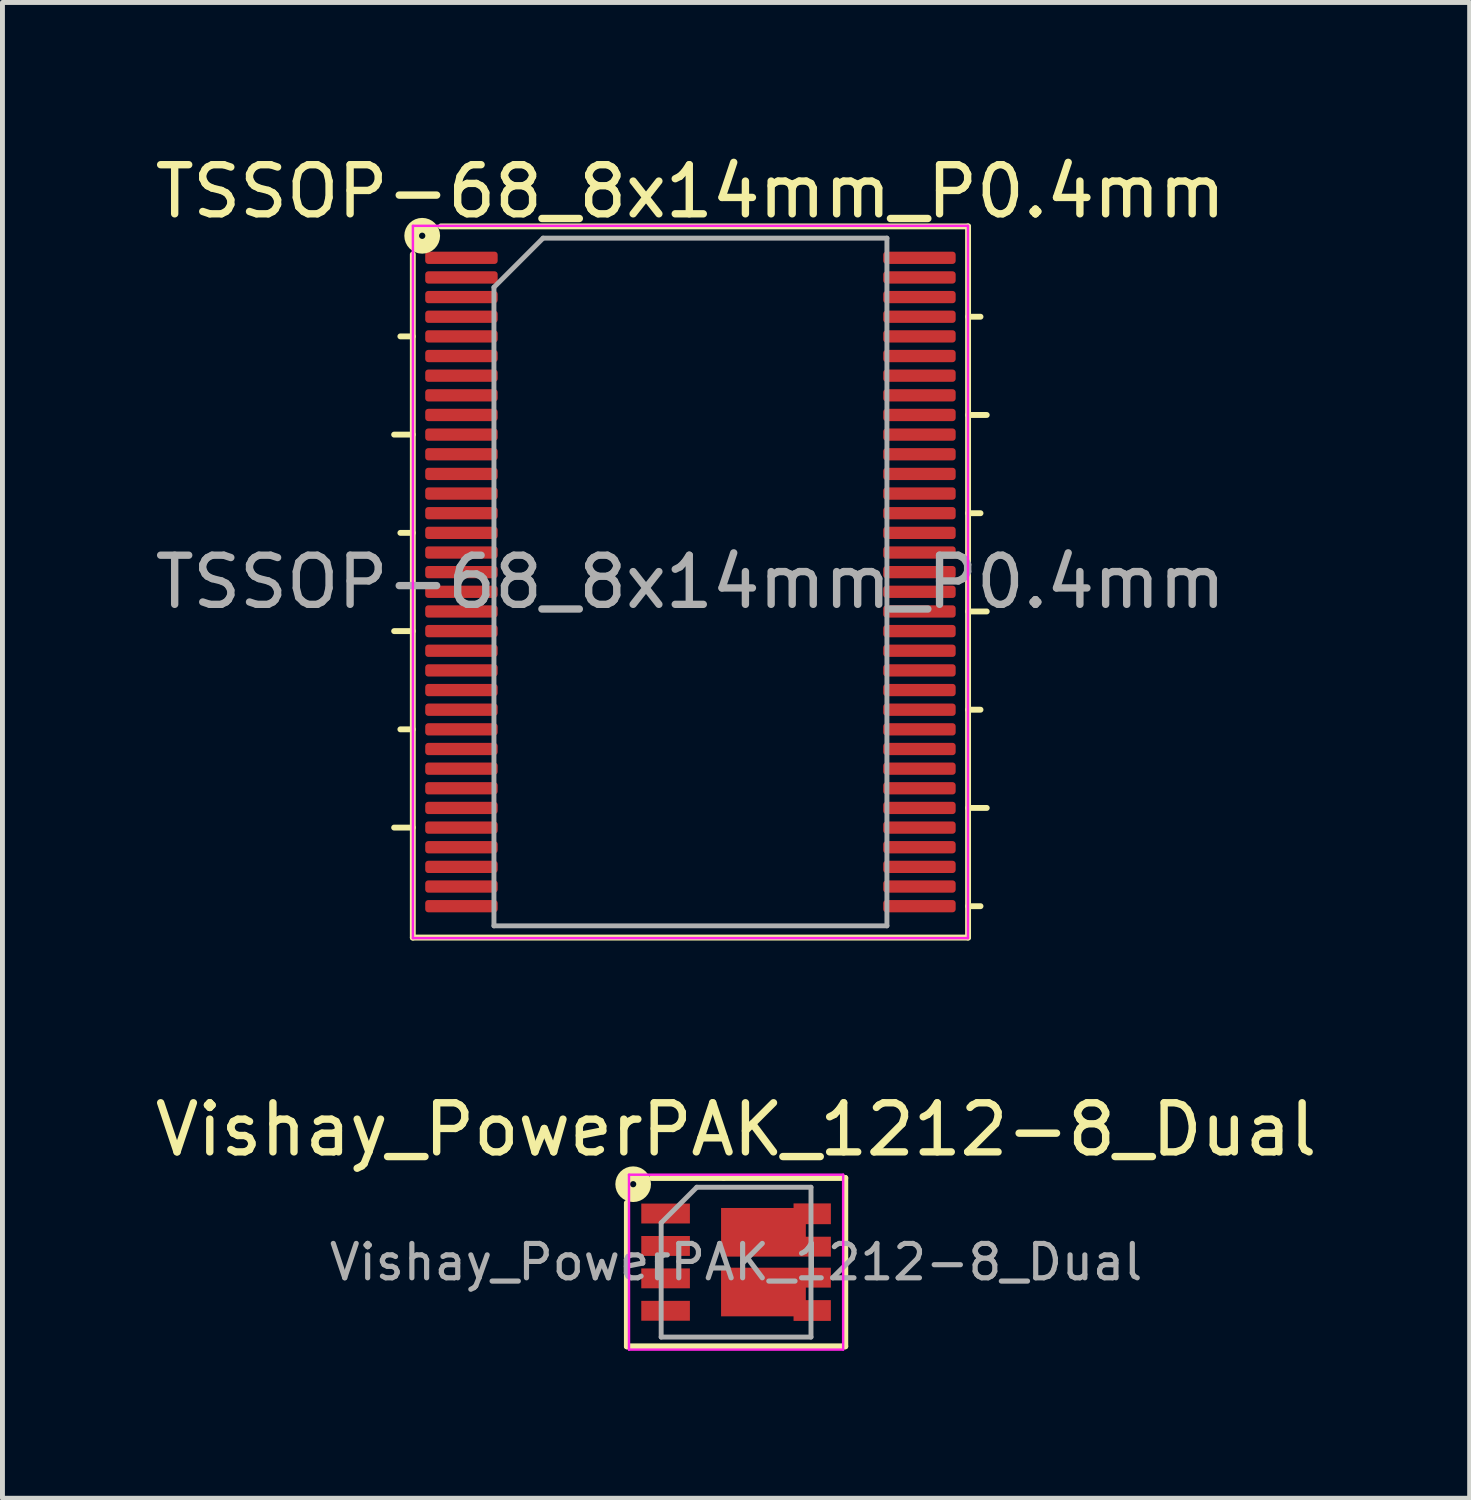
<source format=kicad_pcb>
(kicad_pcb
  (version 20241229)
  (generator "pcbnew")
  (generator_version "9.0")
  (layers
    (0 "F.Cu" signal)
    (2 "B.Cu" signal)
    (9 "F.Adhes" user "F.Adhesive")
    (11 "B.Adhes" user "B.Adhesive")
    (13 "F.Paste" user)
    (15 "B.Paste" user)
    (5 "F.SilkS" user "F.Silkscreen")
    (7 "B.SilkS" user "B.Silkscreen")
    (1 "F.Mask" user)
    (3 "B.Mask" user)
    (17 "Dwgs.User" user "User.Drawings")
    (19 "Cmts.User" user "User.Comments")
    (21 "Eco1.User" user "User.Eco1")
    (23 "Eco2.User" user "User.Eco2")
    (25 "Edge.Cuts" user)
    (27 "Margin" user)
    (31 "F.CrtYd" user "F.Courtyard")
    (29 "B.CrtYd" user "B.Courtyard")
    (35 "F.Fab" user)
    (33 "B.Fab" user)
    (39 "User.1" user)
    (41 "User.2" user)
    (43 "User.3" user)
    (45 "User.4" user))
  (footprint "TSSOP-68_8x14mm_P0.4mm"
    (layer "F.Cu")
    (at 11.006 8.798)
    (property "Reference" "TSSOP-68_8x14mm_P0.4mm" (at 0 -7.95 0) (layer "F.SilkS") (effects (font (size 1 1) (thickness 0.15))))
    (attr smd)
    (fp_line (start -6.032 -3) (end -5.652 -3) (stroke (width 0.12) (type solid)) (layer "F.SilkS"))
    (fp_line (start -6.032 1) (end -5.652 1) (stroke (width 0.12) (type solid)) (layer "F.SilkS"))
    (fp_line (start -5.905 -5) (end -5.652 -5) (stroke (width 0.12) (type solid)) (layer "F.SilkS"))
    (fp_line (start -5.905 -1) (end -5.652 -1) (stroke (width 0.12) (type solid)) (layer "F.SilkS"))
    (fp_line (start -5.652 -6.668) (end -5.652 7.239) (stroke (width 0.12) (type solid)) (layer "F.SilkS"))
    (fp_line (start -5.652 3) (end -5.905 3) (stroke (width 0.12) (type solid)) (layer "F.SilkS"))
    (fp_line (start -5.652 5) (end -6.032 5) (stroke (width 0.12) (type solid)) (layer "F.SilkS"))
    (fp_line (start -5.652 7.239) (end 5.652 7.239) (stroke (width 0.12) (type solid)) (layer "F.SilkS"))
    (fp_line (start 5.652 -7.239) (end -5.08 -7.239) (stroke (width 0.12) (type solid)) (layer "F.SilkS"))
    (fp_line (start 5.652 7.239) (end 5.652 -7.239) (stroke (width 0.12) (type solid)) (layer "F.SilkS"))
    (fp_line (start 5.905 -5.4) (end 5.652 -5.4) (stroke (width 0.12) (type solid)) (layer "F.SilkS"))
    (fp_line (start 5.905 -1.4) (end 5.652 -1.4) (stroke (width 0.12) (type solid)) (layer "F.SilkS"))
    (fp_line (start 5.905 2.6) (end 5.652 2.6) (stroke (width 0.12) (type solid)) (layer "F.SilkS"))
    (fp_line (start 5.905 6.6) (end 5.652 6.6) (stroke (width 0.12) (type solid)) (layer "F.SilkS"))
    (fp_line (start 6.032 -3.4) (end 5.652 -3.4) (stroke (width 0.12) (type solid)) (layer "F.SilkS"))
    (fp_line (start 6.032 0.6) (end 5.652 0.6) (stroke (width 0.12) (type solid)) (layer "F.SilkS"))
    (fp_line (start 6.032 4.6) (end 5.652 4.6) (stroke (width 0.12) (type solid)) (layer "F.SilkS"))
    (fp_circle (center -5.461 -7.048) (end -5.397 -7.048) (stroke (width 0.3) (type solid)) (fill no) (layer "F.SilkS"))
    (fp_line (start -5.65 -7.25) (end -5.65 7.25) (stroke (width 0.05) (type solid)) (layer "F.CrtYd"))
    (fp_line (start -5.65 7.25) (end 5.65 7.25) (stroke (width 0.05) (type solid)) (layer "F.CrtYd"))
    (fp_line (start 5.65 -7.25) (end -5.65 -7.25) (stroke (width 0.05) (type solid)) (layer "F.CrtYd"))
    (fp_line (start 5.65 7.25) (end 5.65 -7.25) (stroke (width 0.05) (type solid)) (layer "F.CrtYd"))
    (fp_line (start -4 -6) (end -3 -7) (stroke (width 0.1) (type solid)) (layer "F.Fab"))
    (fp_line (start -4 7) (end -4 -6) (stroke (width 0.1) (type solid)) (layer "F.Fab"))
    (fp_line (start -3 -7) (end 4 -7) (stroke (width 0.1) (type solid)) (layer "F.Fab"))
    (fp_line (start 4 -7) (end 4 7) (stroke (width 0.1) (type solid)) (layer "F.Fab"))
    (fp_line (start 4 7) (end -4 7) (stroke (width 0.1) (type solid)) (layer "F.Fab"))
    (fp_text user "${REFERENCE}" (at 0 0 0) (layer "F.Fab") (effects (font (size 1 1) (thickness 0.15))))
    (pad "1" smd roundrect (at -4.662 -6.6) (size 1.475 0.25) (layers "F.Cu" "F.Mask" "F.Paste") (roundrect_rratio 0.25))
    (pad "2" smd roundrect (at -4.662 -6.2) (size 1.475 0.25) (layers "F.Cu" "F.Mask" "F.Paste") (roundrect_rratio 0.25))
    (pad "3" smd roundrect (at -4.662 -5.8) (size 1.475 0.25) (layers "F.Cu" "F.Mask" "F.Paste") (roundrect_rratio 0.25))
    (pad "4" smd roundrect (at -4.662 -5.4) (size 1.475 0.25) (layers "F.Cu" "F.Mask" "F.Paste") (roundrect_rratio 0.25))
    (pad "5" smd roundrect (at -4.662 -5) (size 1.475 0.25) (layers "F.Cu" "F.Mask" "F.Paste") (roundrect_rratio 0.25))
    (pad "6" smd roundrect (at -4.662 -4.6) (size 1.475 0.25) (layers "F.Cu" "F.Mask" "F.Paste") (roundrect_rratio 0.25))
    (pad "7" smd roundrect (at -4.662 -4.2) (size 1.475 0.25) (layers "F.Cu" "F.Mask" "F.Paste") (roundrect_rratio 0.25))
    (pad "8" smd roundrect (at -4.662 -3.8) (size 1.475 0.25) (layers "F.Cu" "F.Mask" "F.Paste") (roundrect_rratio 0.25))
    (pad "9" smd roundrect (at -4.662 -3.4) (size 1.475 0.25) (layers "F.Cu" "F.Mask" "F.Paste") (roundrect_rratio 0.25))
    (pad "10" smd roundrect (at -4.662 -3) (size 1.475 0.25) (layers "F.Cu" "F.Mask" "F.Paste") (roundrect_rratio 0.25))
    (pad "11" smd roundrect (at -4.662 -2.6) (size 1.475 0.25) (layers "F.Cu" "F.Mask" "F.Paste") (roundrect_rratio 0.25))
    (pad "12" smd roundrect (at -4.662 -2.2) (size 1.475 0.25) (layers "F.Cu" "F.Mask" "F.Paste") (roundrect_rratio 0.25))
    (pad "13" smd roundrect (at -4.662 -1.8) (size 1.475 0.25) (layers "F.Cu" "F.Mask" "F.Paste") (roundrect_rratio 0.25))
    (pad "14" smd roundrect (at -4.662 -1.4) (size 1.475 0.25) (layers "F.Cu" "F.Mask" "F.Paste") (roundrect_rratio 0.25))
    (pad "15" smd roundrect (at -4.662 -1) (size 1.475 0.25) (layers "F.Cu" "F.Mask" "F.Paste") (roundrect_rratio 0.25))
    (pad "16" smd roundrect (at -4.662 -0.6) (size 1.475 0.25) (layers "F.Cu" "F.Mask" "F.Paste") (roundrect_rratio 0.25))
    (pad "17" smd roundrect (at -4.662 -0.2) (size 1.475 0.25) (layers "F.Cu" "F.Mask" "F.Paste") (roundrect_rratio 0.25))
    (pad "18" smd roundrect (at -4.662 0.2) (size 1.475 0.25) (layers "F.Cu" "F.Mask" "F.Paste") (roundrect_rratio 0.25))
    (pad "19" smd roundrect (at -4.662 0.6) (size 1.475 0.25) (layers "F.Cu" "F.Mask" "F.Paste") (roundrect_rratio 0.25))
    (pad "20" smd roundrect (at -4.662 1) (size 1.475 0.25) (layers "F.Cu" "F.Mask" "F.Paste") (roundrect_rratio 0.25))
    (pad "21" smd roundrect (at -4.662 1.4) (size 1.475 0.25) (layers "F.Cu" "F.Mask" "F.Paste") (roundrect_rratio 0.25))
    (pad "22" smd roundrect (at -4.662 1.8) (size 1.475 0.25) (layers "F.Cu" "F.Mask" "F.Paste") (roundrect_rratio 0.25))
    (pad "23" smd roundrect (at -4.662 2.2) (size 1.475 0.25) (layers "F.Cu" "F.Mask" "F.Paste") (roundrect_rratio 0.25))
    (pad "24" smd roundrect (at -4.662 2.6) (size 1.475 0.25) (layers "F.Cu" "F.Mask" "F.Paste") (roundrect_rratio 0.25))
    (pad "25" smd roundrect (at -4.662 3) (size 1.475 0.25) (layers "F.Cu" "F.Mask" "F.Paste") (roundrect_rratio 0.25))
    (pad "26" smd roundrect (at -4.662 3.4) (size 1.475 0.25) (layers "F.Cu" "F.Mask" "F.Paste") (roundrect_rratio 0.25))
    (pad "27" smd roundrect (at -4.662 3.8) (size 1.475 0.25) (layers "F.Cu" "F.Mask" "F.Paste") (roundrect_rratio 0.25))
    (pad "28" smd roundrect (at -4.662 4.2) (size 1.475 0.25) (layers "F.Cu" "F.Mask" "F.Paste") (roundrect_rratio 0.25))
    (pad "29" smd roundrect (at -4.662 4.6) (size 1.475 0.25) (layers "F.Cu" "F.Mask" "F.Paste") (roundrect_rratio 0.25))
    (pad "30" smd roundrect (at -4.662 5) (size 1.475 0.25) (layers "F.Cu" "F.Mask" "F.Paste") (roundrect_rratio 0.25))
    (pad "31" smd roundrect (at -4.662 5.4) (size 1.475 0.25) (layers "F.Cu" "F.Mask" "F.Paste") (roundrect_rratio 0.25))
    (pad "32" smd roundrect (at -4.662 5.8) (size 1.475 0.25) (layers "F.Cu" "F.Mask" "F.Paste") (roundrect_rratio 0.25))
    (pad "33" smd roundrect (at -4.662 6.2) (size 1.475 0.25) (layers "F.Cu" "F.Mask" "F.Paste") (roundrect_rratio 0.25))
    (pad "34" smd roundrect (at -4.662 6.6) (size 1.475 0.25) (layers "F.Cu" "F.Mask" "F.Paste") (roundrect_rratio 0.25))
    (pad "35" smd roundrect (at 4.662 6.6) (size 1.475 0.25) (layers "F.Cu" "F.Mask" "F.Paste") (roundrect_rratio 0.25))
    (pad "36" smd roundrect (at 4.662 6.2) (size 1.475 0.25) (layers "F.Cu" "F.Mask" "F.Paste") (roundrect_rratio 0.25))
    (pad "37" smd roundrect (at 4.662 5.8) (size 1.475 0.25) (layers "F.Cu" "F.Mask" "F.Paste") (roundrect_rratio 0.25))
    (pad "38" smd roundrect (at 4.662 5.4) (size 1.475 0.25) (layers "F.Cu" "F.Mask" "F.Paste") (roundrect_rratio 0.25))
    (pad "39" smd roundrect (at 4.662 5) (size 1.475 0.25) (layers "F.Cu" "F.Mask" "F.Paste") (roundrect_rratio 0.25))
    (pad "40" smd roundrect (at 4.662 4.6) (size 1.475 0.25) (layers "F.Cu" "F.Mask" "F.Paste") (roundrect_rratio 0.25))
    (pad "41" smd roundrect (at 4.662 4.2) (size 1.475 0.25) (layers "F.Cu" "F.Mask" "F.Paste") (roundrect_rratio 0.25))
    (pad "42" smd roundrect (at 4.662 3.8) (size 1.475 0.25) (layers "F.Cu" "F.Mask" "F.Paste") (roundrect_rratio 0.25))
    (pad "43" smd roundrect (at 4.662 3.4) (size 1.475 0.25) (layers "F.Cu" "F.Mask" "F.Paste") (roundrect_rratio 0.25))
    (pad "44" smd roundrect (at 4.662 3) (size 1.475 0.25) (layers "F.Cu" "F.Mask" "F.Paste") (roundrect_rratio 0.25))
    (pad "45" smd roundrect (at 4.662 2.6) (size 1.475 0.25) (layers "F.Cu" "F.Mask" "F.Paste") (roundrect_rratio 0.25))
    (pad "46" smd roundrect (at 4.662 2.2) (size 1.475 0.25) (layers "F.Cu" "F.Mask" "F.Paste") (roundrect_rratio 0.25))
    (pad "47" smd roundrect (at 4.662 1.8) (size 1.475 0.25) (layers "F.Cu" "F.Mask" "F.Paste") (roundrect_rratio 0.25))
    (pad "48" smd roundrect (at 4.662 1.4) (size 1.475 0.25) (layers "F.Cu" "F.Mask" "F.Paste") (roundrect_rratio 0.25))
    (pad "49" smd roundrect (at 4.662 1) (size 1.475 0.25) (layers "F.Cu" "F.Mask" "F.Paste") (roundrect_rratio 0.25))
    (pad "50" smd roundrect (at 4.662 0.6) (size 1.475 0.25) (layers "F.Cu" "F.Mask" "F.Paste") (roundrect_rratio 0.25))
    (pad "51" smd roundrect (at 4.662 0.2) (size 1.475 0.25) (layers "F.Cu" "F.Mask" "F.Paste") (roundrect_rratio 0.25))
    (pad "52" smd roundrect (at 4.662 -0.2) (size 1.475 0.25) (layers "F.Cu" "F.Mask" "F.Paste") (roundrect_rratio 0.25))
    (pad "53" smd roundrect (at 4.662 -0.6) (size 1.475 0.25) (layers "F.Cu" "F.Mask" "F.Paste") (roundrect_rratio 0.25))
    (pad "54" smd roundrect (at 4.662 -1) (size 1.475 0.25) (layers "F.Cu" "F.Mask" "F.Paste") (roundrect_rratio 0.25))
    (pad "55" smd roundrect (at 4.662 -1.4) (size 1.475 0.25) (layers "F.Cu" "F.Mask" "F.Paste") (roundrect_rratio 0.25))
    (pad "56" smd roundrect (at 4.662 -1.8) (size 1.475 0.25) (layers "F.Cu" "F.Mask" "F.Paste") (roundrect_rratio 0.25))
    (pad "57" smd roundrect (at 4.662 -2.2) (size 1.475 0.25) (layers "F.Cu" "F.Mask" "F.Paste") (roundrect_rratio 0.25))
    (pad "58" smd roundrect (at 4.662 -2.6) (size 1.475 0.25) (layers "F.Cu" "F.Mask" "F.Paste") (roundrect_rratio 0.25))
    (pad "59" smd roundrect (at 4.662 -3) (size 1.475 0.25) (layers "F.Cu" "F.Mask" "F.Paste") (roundrect_rratio 0.25))
    (pad "60" smd roundrect (at 4.662 -3.4) (size 1.475 0.25) (layers "F.Cu" "F.Mask" "F.Paste") (roundrect_rratio 0.25))
    (pad "61" smd roundrect (at 4.662 -3.8) (size 1.475 0.25) (layers "F.Cu" "F.Mask" "F.Paste") (roundrect_rratio 0.25))
    (pad "62" smd roundrect (at 4.662 -4.2) (size 1.475 0.25) (layers "F.Cu" "F.Mask" "F.Paste") (roundrect_rratio 0.25))
    (pad "63" smd roundrect (at 4.662 -4.6) (size 1.475 0.25) (layers "F.Cu" "F.Mask" "F.Paste") (roundrect_rratio 0.25))
    (pad "64" smd roundrect (at 4.662 -5) (size 1.475 0.25) (layers "F.Cu" "F.Mask" "F.Paste") (roundrect_rratio 0.25))
    (pad "65" smd roundrect (at 4.662 -5.4) (size 1.475 0.25) (layers "F.Cu" "F.Mask" "F.Paste") (roundrect_rratio 0.25))
    (pad "66" smd roundrect (at 4.662 -5.8) (size 1.475 0.25) (layers "F.Cu" "F.Mask" "F.Paste") (roundrect_rratio 0.25))
    (pad "67" smd roundrect (at 4.662 -6.2) (size 1.475 0.25) (layers "F.Cu" "F.Mask" "F.Paste") (roundrect_rratio 0.25))
    (pad "68" smd roundrect (at 4.662 -6.6) (size 1.475 0.25) (layers "F.Cu" "F.Mask" "F.Paste") (roundrect_rratio 0.25)))
  (footprint "Vishay_PowerPAK_1212-8_Dual"
    (layer "F.Cu")
    (at 11.935 22.645)
    (property "Reference" "Vishay_PowerPAK_1212-8_Dual" (at 0 -2.7 0) (layer "F.SilkS") (effects (font (size 1 1) (thickness 0.15))))
    (attr smd)
    (fp_line (start -2.223 1.714) (end -2.223 -1.206) (stroke (width 0.12) (type solid)) (layer "F.SilkS"))
    (fp_line (start -2.223 1.714) (end 2.223 1.714) (stroke (width 0.12) (type solid)) (layer "F.SilkS"))
    (fp_line (start -0.254 -1.714) (end -1.714 -1.714) (stroke (width 0.12) (type solid)) (layer "F.SilkS"))
    (fp_line (start 2.223 -1.714) (end -0.254 -1.714) (stroke (width 0.12) (type solid)) (layer "F.SilkS"))
    (fp_line (start 2.223 1.714) (end 2.223 -1.714) (stroke (width 0.12) (type solid)) (layer "F.SilkS"))
    (fp_circle (center -2.095 -1.587) (end -2.032 -1.587) (stroke (width 0.3) (type solid)) (fill no) (layer "F.SilkS"))
    (fp_line (start -2.18 -1.78) (end -2.18 1.78) (stroke (width 0.05) (type solid)) (layer "F.CrtYd"))
    (fp_line (start -2.18 -1.78) (end 2.18 -1.78) (stroke (width 0.05) (type solid)) (layer "F.CrtYd"))
    (fp_line (start -2.18 1.78) (end 2.18 1.78) (stroke (width 0.05) (type solid)) (layer "F.CrtYd"))
    (fp_line (start 2.18 -1.78) (end 2.18 1.78) (stroke (width 0.05) (type solid)) (layer "F.CrtYd"))
    (fp_line (start -1.525 -0.8) (end -1.525 1.525) (stroke (width 0.1) (type solid)) (layer "F.Fab"))
    (fp_line (start -1.525 -0.8) (end -0.8 -1.525) (stroke (width 0.1) (type solid)) (layer "F.Fab"))
    (fp_line (start -1.525 1.525) (end 1.525 1.525) (stroke (width 0.1) (type solid)) (layer "F.Fab"))
    (fp_line (start -0.8 -1.525) (end 1.525 -1.525) (stroke (width 0.1) (type solid)) (layer "F.Fab"))
    (fp_line (start 1.525 -1.525) (end 1.525 1.525) (stroke (width 0.1) (type solid)) (layer "F.Fab"))
    (fp_text user "${REFERENCE}" (at 0 0 0) (layer "F.Fab") (effects (font (size 0.7 0.7) (thickness 0.105))))
    (pad "1" smd rect (at -1.435 -0.99) (size 0.99 0.405) (layers "F.Cu" "F.Mask" "F.Paste"))
    (pad "2" smd rect (at -1.435 -0.33) (size 0.99 0.405) (layers "F.Cu" "F.Mask" "F.Paste"))
    (pad "3" smd rect (at -1.435 0.33) (size 0.99 0.405) (layers "F.Cu" "F.Mask" "F.Paste"))
    (pad "4" smd rect (at -1.435 0.99) (size 0.99 0.405) (layers "F.Cu" "F.Mask" "F.Paste"))
    (pad "5" smd custom (at 0.557 0.608) (size 1.725 0.99) (layers "F.Cu" "F.Mask" "F.Paste") (options (anchor rect)) (primitives (gr_poly (pts (xy 1.373 -0.09) (xy 0.863 -0.09) (xy 0.863 0.165) (xy 1.373 0.165) (xy 1.373 0.588) (xy 0.613 0.588) (xy 0.613 -0.495) (xy 1.373 -0.495)) (width 0) (fill yes))))
    (pad "6" smd custom (at 0.557 -0.608) (size 1.725 0.99) (layers "F.Cu" "F.Mask" "F.Paste") (options (anchor rect)) (primitives (gr_poly (pts (xy 1.373 -0.165) (xy 0.863 -0.165) (xy 0.863 0.09) (xy 1.373 0.09) (xy 1.373 0.495) (xy 0.613 0.495) (xy 0.613 -0.588) (xy 1.373 -0.588)) (width 0) (fill yes)))))
  (gr_rect
    (start -3 -3)
    (end 26.869 27.451)
    (stroke (width 0.1) (type default))
    (fill no)
    (layer "Edge.Cuts")))
</source>
